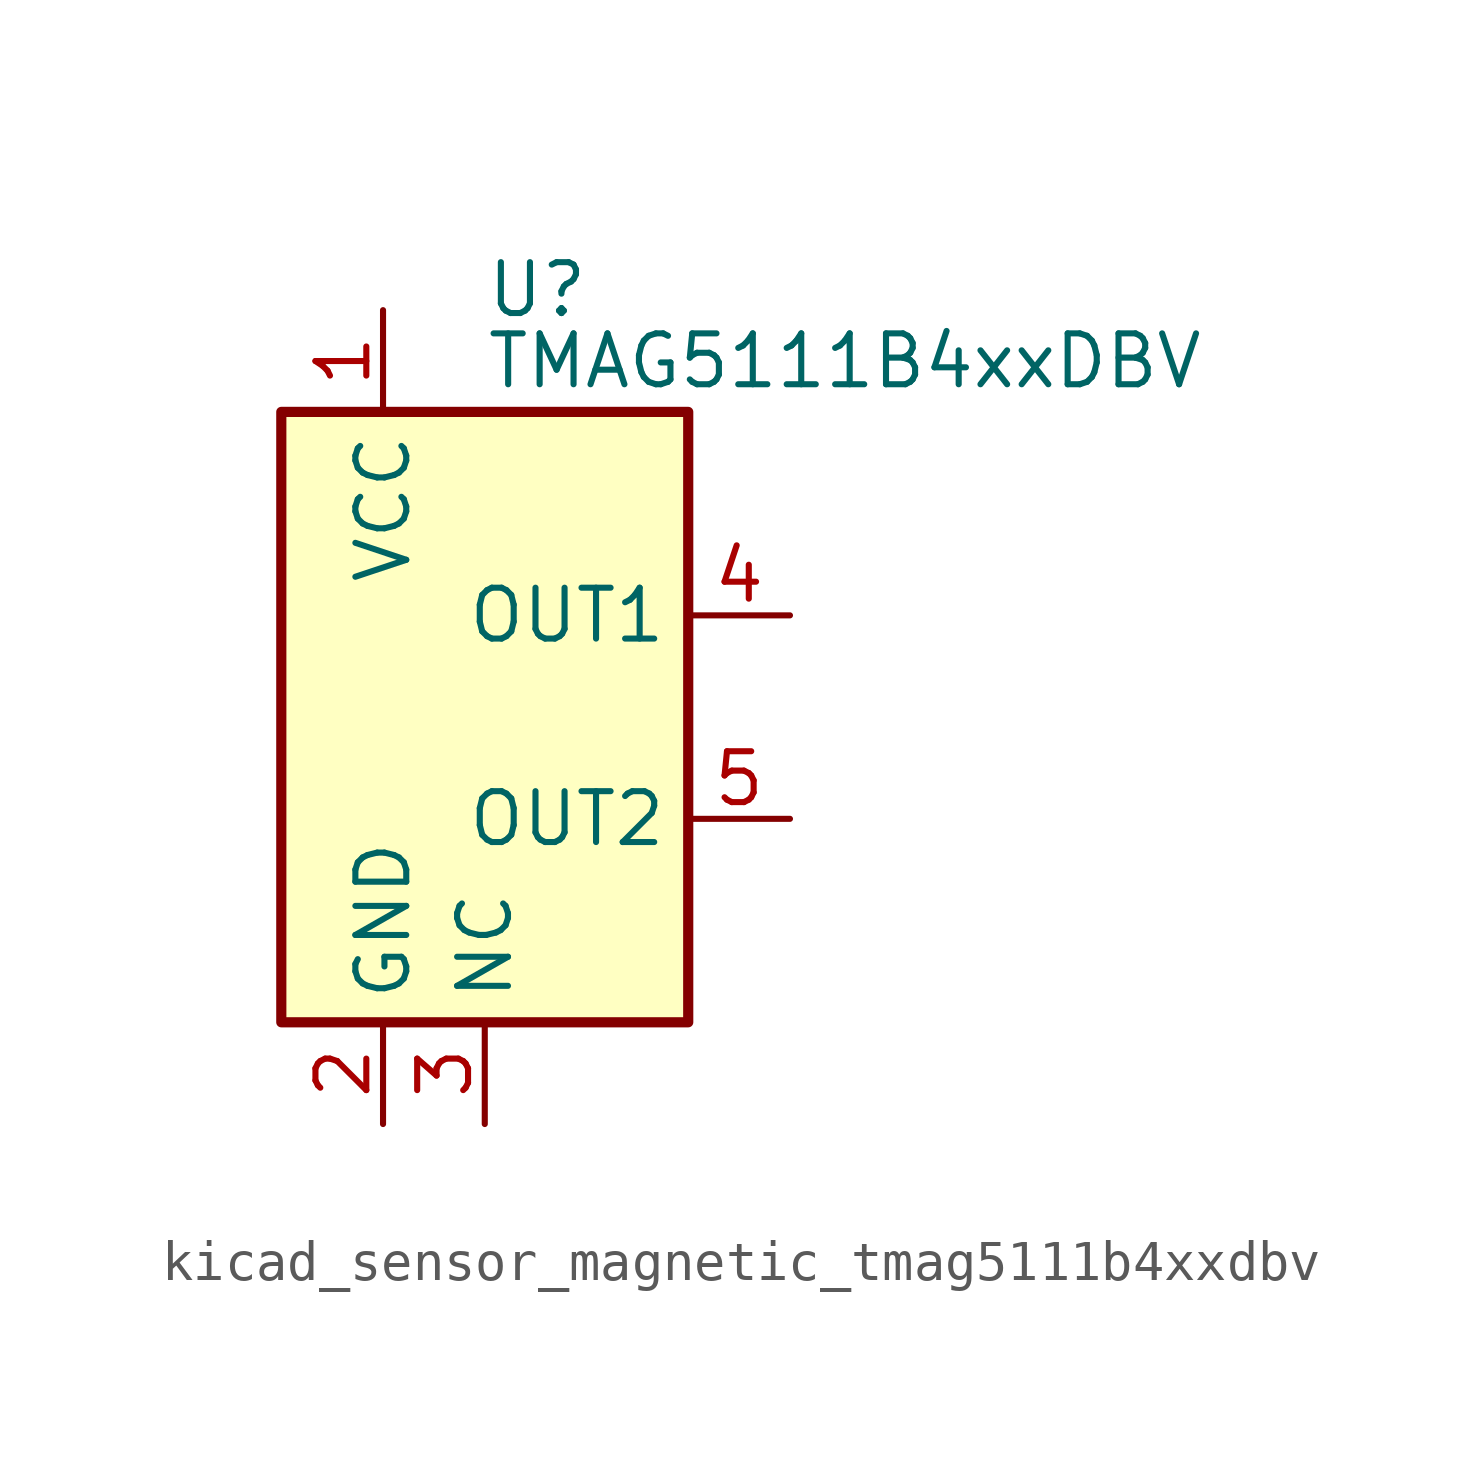
<source format=kicad_sym>
(kicad_symbol_lib
  (version 20220914)
  (generator kicad_symbol_editor)
  (symbol "kicad_sensor_magnetic_tmag5111b4xxdbv"
    (property "Reference" "U"
      (at 0 10.668 0)
      (effects (font (size 1.27 1.27)) (justify left)))
    (property "Value" "TMAG5111B4xxDBV"
      (at 0 8.89 0)
      (effects (font (size 1.27 1.27)) (justify left)))
    (symbol "kicad_sensor_magnetic_tmag5111b4xxdbv_0_0"
      (pin passive line (at 0 -10.16 90) (length 2.54) (name "NC" (effects (font (size 1.27 1.27)))) (number "3" (effects (font (size 1.27 1.27)))))
      (pin open_collector line (at 7.62 -2.54 180) (length 2.54) (name "OUT2" (effects (font (size 1.27 1.27)))) (number "5" (effects (font (size 1.27 1.27))))))
    (symbol "kicad_sensor_magnetic_tmag5111b4xxdbv_0_1"
      (rectangle (start -5.08 7.62) (end 5.08 -7.62) (stroke (width 0.254) (type default)) (fill (type background))))
    (symbol "kicad_sensor_magnetic_tmag5111b4xxdbv_1_1"
      (pin power_in line (at -2.54 10.16 270) (length 2.54) (name "VCC" (effects (font (size 1.27 1.27)))) (number "1" (effects (font (size 1.27 1.27)))))
      (pin power_in line (at -2.54 -10.16 90) (length 2.54) (name "GND" (effects (font (size 1.27 1.27)))) (number "2" (effects (font (size 1.27 1.27)))))
      (pin open_collector line (at 7.62 2.54 180) (length 2.54) (name "OUT1" (effects (font (size 1.27 1.27)))) (number "4" (effects (font (size 1.27 1.27))))))))
</source>
